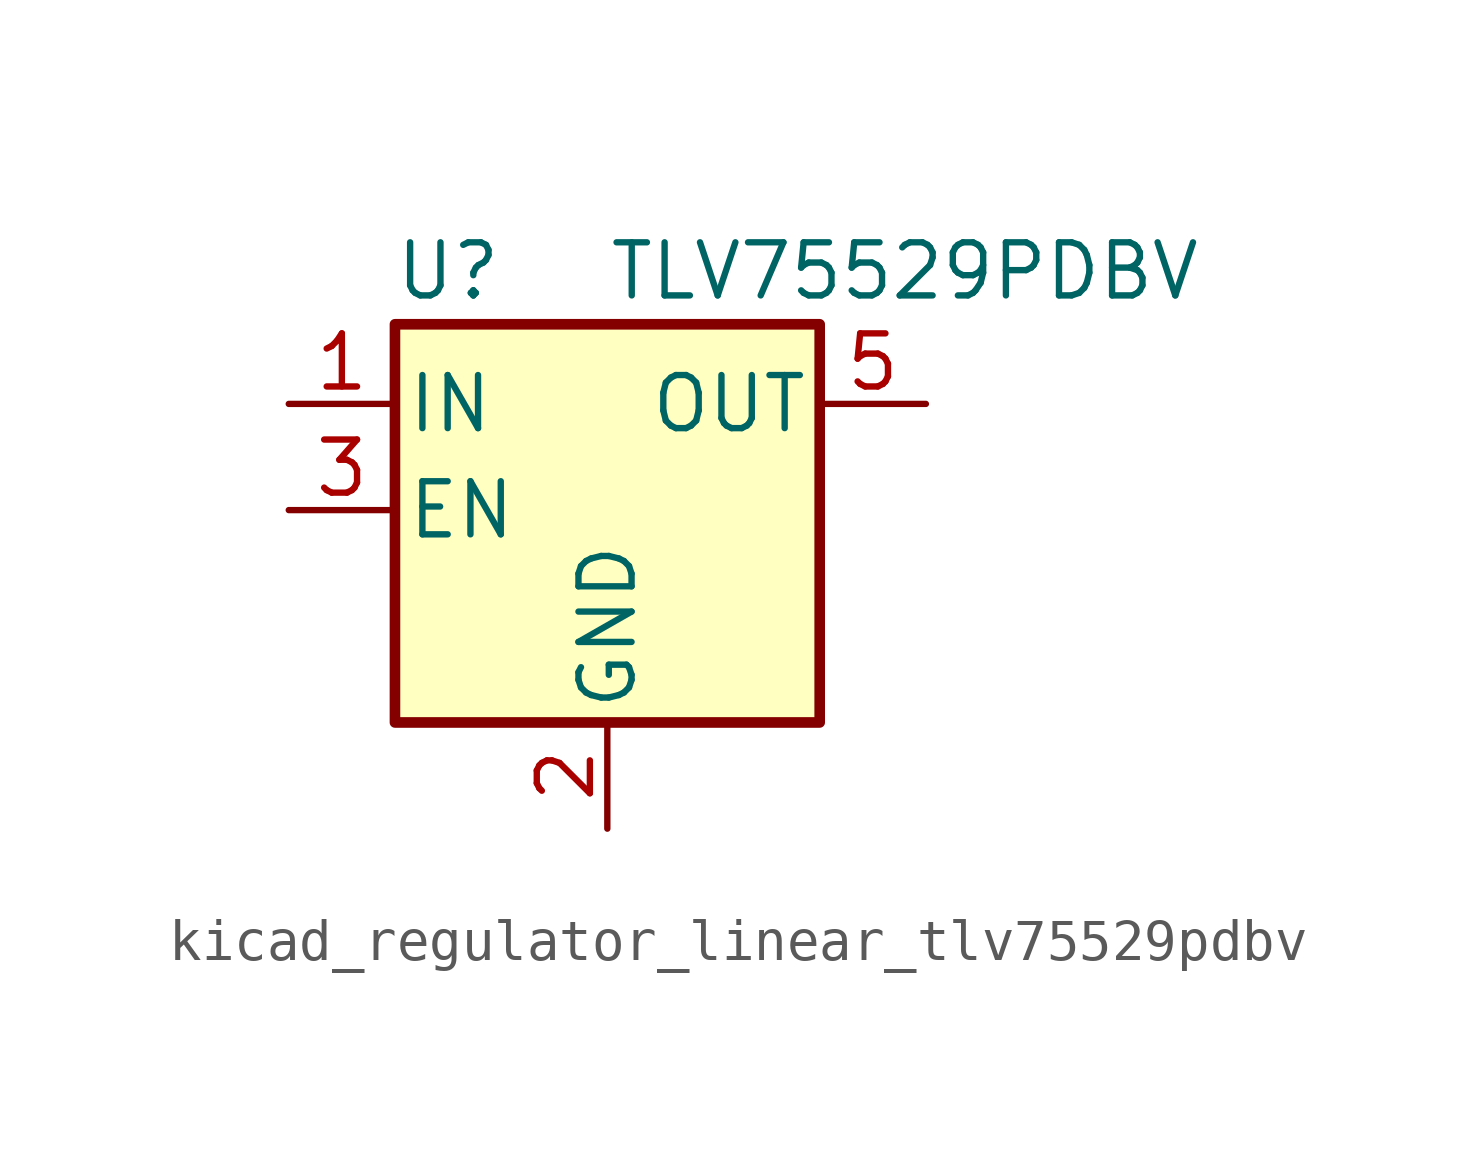
<source format=kicad_sym>
(kicad_symbol_lib
  (version 20220914)
  (generator kicad_symbol_editor)
  (symbol "kicad_regulator_linear_tlv75529pdbv"
    (pin_names
      (offset 0.254))
    (property "Reference" "U"
      (at -3.81 5.715 0)
      (effects (font (size 1.27 1.27))))
    (property "Value" "TLV75529PDBV"
      (at 0 5.715 0)
      (effects (font (size 1.27 1.27)) (justify left)))
    (symbol "kicad_regulator_linear_tlv75529pdbv_0_1"
      (rectangle (start -5.08 4.445) (end 5.08 -5.08) (stroke (width 0.254) (type default)) (fill (type background))))
    (symbol "kicad_regulator_linear_tlv75529pdbv_1_1"
      (pin power_in line (at -7.62 2.54 0) (length 2.54) (name "IN" (effects (font (size 1.27 1.27)))) (number "1" (effects (font (size 1.27 1.27)))))
      (pin power_in line (at 0 -7.62 90) (length 2.54) (name "GND" (effects (font (size 1.27 1.27)))) (number "2" (effects (font (size 1.27 1.27)))))
      (pin input line (at -7.62 0 0) (length 2.54) (name "EN" (effects (font (size 1.27 1.27)))) (number "3" (effects (font (size 1.27 1.27)))))
      (pin no_connect line (at 5.08 0 180) (length 2.54) hide (name "NC" (effects (font (size 1.27 1.27)))) (number "4" (effects (font (size 1.27 1.27)))))
      (pin power_out line (at 7.62 2.54 180) (length 2.54) (name "OUT" (effects (font (size 1.27 1.27)))) (number "5" (effects (font (size 1.27 1.27))))))))
</source>
